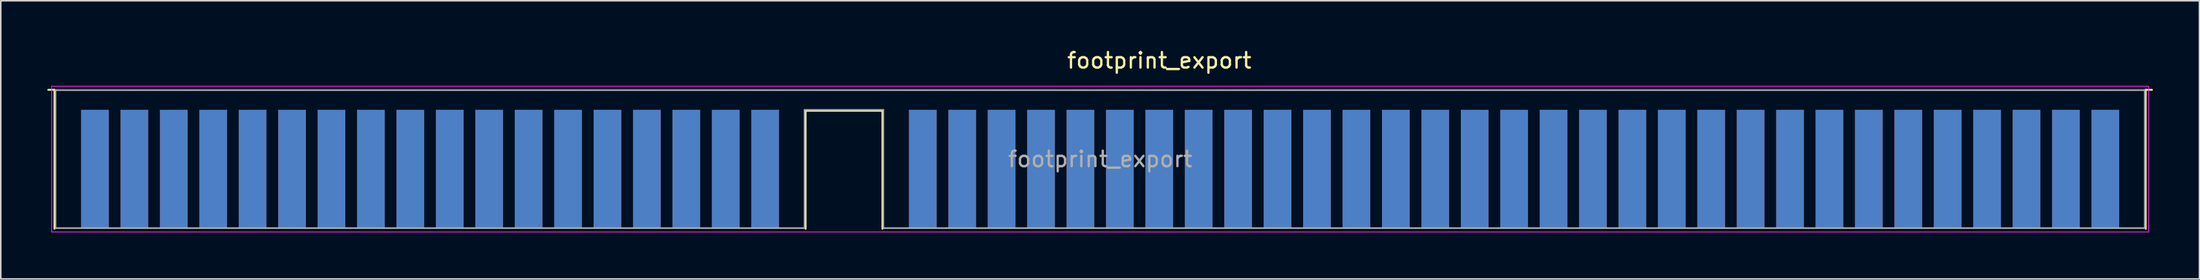
<source format=kicad_pcb>
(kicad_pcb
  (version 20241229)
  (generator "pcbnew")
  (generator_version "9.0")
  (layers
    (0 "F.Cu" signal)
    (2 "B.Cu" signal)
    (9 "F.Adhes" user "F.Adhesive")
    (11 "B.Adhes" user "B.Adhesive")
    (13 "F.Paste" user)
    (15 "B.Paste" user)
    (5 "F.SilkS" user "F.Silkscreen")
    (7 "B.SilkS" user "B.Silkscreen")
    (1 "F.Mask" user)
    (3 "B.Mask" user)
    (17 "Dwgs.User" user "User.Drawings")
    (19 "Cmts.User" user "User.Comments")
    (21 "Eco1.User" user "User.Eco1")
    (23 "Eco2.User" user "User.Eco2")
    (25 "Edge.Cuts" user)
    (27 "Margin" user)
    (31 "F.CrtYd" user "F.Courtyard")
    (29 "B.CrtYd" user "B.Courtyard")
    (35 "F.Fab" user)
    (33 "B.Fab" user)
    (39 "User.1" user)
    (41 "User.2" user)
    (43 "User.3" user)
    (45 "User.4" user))
  (footprint "footprint_export"
    (layer "F.Cu")
    (at 132.61 7.838)
    (property "Reference" "footprint_export" (at -60.96 -6.99 0) (layer "F.SilkS") (effects (font (size 1 1) (thickness 0.15))))
    (attr exclude_from_pos_files exclude_from_bom)
    (fp_line (start -132.15 -5.1) (end -132.55 -5.1) (stroke (width 0.12) (type solid)) (layer "F.SilkS"))
    (fp_line (start -132.15 3.85) (end -132.15 -5.1) (stroke (width 0.12) (type solid)) (layer "F.SilkS"))
    (fp_line (start -83.75 -3.75) (end -78.8 -3.75) (stroke (width 0.12) (type solid)) (layer "F.SilkS"))
    (fp_line (start -83.75 3.85) (end -83.75 -3.75) (stroke (width 0.12) (type solid)) (layer "F.SilkS"))
    (fp_line (start -78.8 -3.75) (end -78.8 3.85) (stroke (width 0.12) (type solid)) (layer "F.SilkS"))
    (fp_line (start 2.6 -5.1) (end 3 -5.1) (stroke (width 0.12) (type solid)) (layer "F.SilkS"))
    (fp_line (start 2.6 3.85) (end 2.6 -5.1) (stroke (width 0.12) (type solid)) (layer "F.SilkS"))
    (fp_line (start -132.33 -5.33) (end -132.33 4.06) (stroke (width 0.05) (type solid)) (layer "F.CrtYd"))
    (fp_line (start -132.33 -5.33) (end 2.79 -5.33) (stroke (width 0.05) (type solid)) (layer "F.CrtYd"))
    (fp_line (start 2.79 4.06) (end -132.33 4.06) (stroke (width 0.05) (type solid)) (layer "F.CrtYd"))
    (fp_line (start 2.79 4.06) (end 2.79 -5.33) (stroke (width 0.05) (type solid)) (layer "F.CrtYd"))
    (fp_line (start -132.08 -5.08) (end 2.54 -5.08) (stroke (width 0.1) (type solid)) (layer "F.Fab"))
    (fp_line (start -132.08 3.81) (end -132.08 -5.08) (stroke (width 0.1) (type solid)) (layer "F.Fab"))
    (fp_line (start -83.82 -3.81) (end -83.82 3.81) (stroke (width 0.1) (type solid)) (layer "F.Fab"))
    (fp_line (start -83.82 3.81) (end -132.08 3.81) (stroke (width 0.1) (type solid)) (layer "F.Fab"))
    (fp_line (start -78.74 -3.81) (end -83.82 -3.81) (stroke (width 0.1) (type solid)) (layer "F.Fab"))
    (fp_line (start -78.74 3.81) (end -78.74 -3.81) (stroke (width 0.1) (type solid)) (layer "F.Fab"))
    (fp_line (start 2.54 -5.08) (end 2.54 3.81) (stroke (width 0.1) (type solid)) (layer "F.Fab"))
    (fp_line (start 2.54 3.81) (end -78.74 3.81) (stroke (width 0.1) (type solid)) (layer "F.Fab"))
    (fp_text user "${REFERENCE}" (at -64.77 -0.635 0) (layer "F.Fab") (effects (font (size 1 1) (thickness 0.15))))
    (pad "1" connect rect (at 0 0) (size 1.78 7.62) (layers "B.Cu" "B.Mask"))
    (pad "2" connect rect (at -2.54 0) (size 1.78 7.62) (layers "B.Cu" "B.Mask"))
    (pad "3" connect rect (at -5.08 0) (size 1.78 7.62) (layers "B.Cu" "B.Mask"))
    (pad "4" connect rect (at -7.62 0) (size 1.78 7.62) (layers "B.Cu" "B.Mask"))
    (pad "5" connect rect (at -10.16 0) (size 1.78 7.62) (layers "B.Cu" "B.Mask"))
    (pad "6" connect rect (at -12.7 0) (size 1.78 7.62) (layers "B.Cu" "B.Mask"))
    (pad "7" connect rect (at -15.24 0) (size 1.78 7.62) (layers "B.Cu" "B.Mask"))
    (pad "8" connect rect (at -17.78 0) (size 1.78 7.62) (layers "B.Cu" "B.Mask"))
    (pad "9" connect rect (at -20.32 0) (size 1.78 7.62) (layers "B.Cu" "B.Mask"))
    (pad "10" connect rect (at -22.86 0) (size 1.78 7.62) (layers "B.Cu" "B.Mask"))
    (pad "11" connect rect (at -25.4 0) (size 1.78 7.62) (layers "B.Cu" "B.Mask"))
    (pad "12" connect rect (at -27.94 0) (size 1.78 7.62) (layers "B.Cu" "B.Mask"))
    (pad "13" connect rect (at -30.48 0) (size 1.78 7.62) (layers "B.Cu" "B.Mask"))
    (pad "14" connect rect (at -33.02 0) (size 1.78 7.62) (layers "B.Cu" "B.Mask"))
    (pad "15" connect rect (at -35.56 0) (size 1.78 7.62) (layers "B.Cu" "B.Mask"))
    (pad "16" connect rect (at -38.1 0) (size 1.78 7.62) (layers "B.Cu" "B.Mask"))
    (pad "17" connect rect (at -40.64 0) (size 1.78 7.62) (layers "B.Cu" "B.Mask"))
    (pad "18" connect rect (at -43.18 0) (size 1.78 7.62) (layers "B.Cu" "B.Mask"))
    (pad "19" connect rect (at -45.72 0) (size 1.78 7.62) (layers "B.Cu" "B.Mask"))
    (pad "20" connect rect (at -48.26 0) (size 1.78 7.62) (layers "B.Cu" "B.Mask"))
    (pad "21" connect rect (at -50.8 0) (size 1.78 7.62) (layers "B.Cu" "B.Mask"))
    (pad "22" connect rect (at -53.34 0) (size 1.78 7.62) (layers "B.Cu" "B.Mask"))
    (pad "23" connect rect (at -55.88 0) (size 1.78 7.62) (layers "B.Cu" "B.Mask"))
    (pad "24" connect rect (at -58.42 0) (size 1.78 7.62) (layers "B.Cu" "B.Mask"))
    (pad "25" connect rect (at -60.96 0) (size 1.78 7.62) (layers "B.Cu" "B.Mask"))
    (pad "26" connect rect (at -63.5 0) (size 1.78 7.62) (layers "B.Cu" "B.Mask"))
    (pad "27" connect rect (at -66.04 0) (size 1.78 7.62) (layers "B.Cu" "B.Mask"))
    (pad "28" connect rect (at -68.58 0) (size 1.78 7.62) (layers "B.Cu" "B.Mask"))
    (pad "29" connect rect (at -71.12 0) (size 1.78 7.62) (layers "B.Cu" "B.Mask"))
    (pad "30" connect rect (at -73.66 0) (size 1.78 7.62) (layers "B.Cu" "B.Mask"))
    (pad "31" connect rect (at -76.2 0) (size 1.78 7.62) (layers "B.Cu" "B.Mask"))
    (pad "32" connect rect (at 0 0) (size 1.78 7.62) (layers "F.Cu" "F.Mask"))
    (pad "33" connect rect (at -2.54 0) (size 1.78 7.62) (layers "F.Cu" "F.Mask"))
    (pad "34" connect rect (at -5.08 0) (size 1.78 7.62) (layers "F.Cu" "F.Mask"))
    (pad "35" connect rect (at -7.62 0) (size 1.78 7.62) (layers "F.Cu" "F.Mask"))
    (pad "36" connect rect (at -10.16 0) (size 1.78 7.62) (layers "F.Cu" "F.Mask"))
    (pad "37" connect rect (at -12.7 0) (size 1.78 7.62) (layers "F.Cu" "F.Mask"))
    (pad "38" connect rect (at -15.24 0) (size 1.78 7.62) (layers "F.Cu" "F.Mask"))
    (pad "39" connect rect (at -17.78 0) (size 1.78 7.62) (layers "F.Cu" "F.Mask"))
    (pad "40" connect rect (at -20.32 0) (size 1.78 7.62) (layers "F.Cu" "F.Mask"))
    (pad "41" connect rect (at -22.86 0) (size 1.78 7.62) (layers "F.Cu" "F.Mask"))
    (pad "42" connect rect (at -25.4 0) (size 1.78 7.62) (layers "F.Cu" "F.Mask"))
    (pad "43" connect rect (at -27.94 0) (size 1.78 7.62) (layers "F.Cu" "F.Mask"))
    (pad "44" connect rect (at -30.48 0) (size 1.78 7.62) (layers "F.Cu" "F.Mask"))
    (pad "45" connect rect (at -33.02 0) (size 1.78 7.62) (layers "F.Cu" "F.Mask"))
    (pad "46" connect rect (at -35.56 0) (size 1.78 7.62) (layers "F.Cu" "F.Mask"))
    (pad "47" connect rect (at -38.1 0) (size 1.78 7.62) (layers "F.Cu" "F.Mask"))
    (pad "48" connect rect (at -40.64 0) (size 1.78 7.62) (layers "F.Cu" "F.Mask"))
    (pad "49" connect rect (at -43.18 0) (size 1.78 7.62) (layers "F.Cu" "F.Mask"))
    (pad "50" connect rect (at -45.72 0) (size 1.78 7.62) (layers "F.Cu" "F.Mask"))
    (pad "51" connect rect (at -48.26 0) (size 1.78 7.62) (layers "F.Cu" "F.Mask"))
    (pad "52" connect rect (at -50.8 0) (size 1.78 7.62) (layers "F.Cu" "F.Mask"))
    (pad "53" connect rect (at -53.34 0) (size 1.78 7.62) (layers "F.Cu" "F.Mask"))
    (pad "54" connect rect (at -55.88 0) (size 1.78 7.62) (layers "F.Cu" "F.Mask"))
    (pad "55" connect rect (at -58.42 0) (size 1.78 7.62) (layers "F.Cu" "F.Mask"))
    (pad "56" connect rect (at -60.96 0) (size 1.78 7.62) (layers "F.Cu" "F.Mask"))
    (pad "57" connect rect (at -63.5 0) (size 1.78 7.62) (layers "F.Cu" "F.Mask"))
    (pad "58" connect rect (at -66.04 0) (size 1.78 7.62) (layers "F.Cu" "F.Mask"))
    (pad "59" connect rect (at -68.58 0) (size 1.78 7.62) (layers "F.Cu" "F.Mask"))
    (pad "60" connect rect (at -71.12 0) (size 1.78 7.62) (layers "F.Cu" "F.Mask"))
    (pad "61" connect rect (at -73.66 0) (size 1.78 7.62) (layers "F.Cu" "F.Mask"))
    (pad "62" connect rect (at -76.2 0) (size 1.78 7.62) (layers "F.Cu" "F.Mask"))
    (pad "63" connect rect (at -86.36 0) (size 1.78 7.62) (layers "B.Cu" "B.Mask"))
    (pad "64" connect rect (at -88.9 0) (size 1.78 7.62) (layers "B.Cu" "B.Mask"))
    (pad "65" connect rect (at -91.44 0) (size 1.78 7.62) (layers "B.Cu" "B.Mask"))
    (pad "66" connect rect (at -93.98 0) (size 1.78 7.62) (layers "B.Cu" "B.Mask"))
    (pad "67" connect rect (at -96.52 0) (size 1.78 7.62) (layers "B.Cu" "B.Mask"))
    (pad "68" connect rect (at -99.06 0) (size 1.78 7.62) (layers "B.Cu" "B.Mask"))
    (pad "69" connect rect (at -101.6 0) (size 1.78 7.62) (layers "B.Cu" "B.Mask"))
    (pad "70" connect rect (at -104.14 0) (size 1.78 7.62) (layers "B.Cu" "B.Mask"))
    (pad "71" connect rect (at -106.68 0) (size 1.78 7.62) (layers "B.Cu" "B.Mask"))
    (pad "72" connect rect (at -109.22 0) (size 1.78 7.62) (layers "B.Cu" "B.Mask"))
    (pad "73" connect rect (at -111.76 0) (size 1.78 7.62) (layers "B.Cu" "B.Mask"))
    (pad "74" connect rect (at -114.3 0) (size 1.78 7.62) (layers "B.Cu" "B.Mask"))
    (pad "75" connect rect (at -116.84 0) (size 1.78 7.62) (layers "B.Cu" "B.Mask"))
    (pad "76" connect rect (at -119.38 0) (size 1.78 7.62) (layers "B.Cu" "B.Mask"))
    (pad "77" connect rect (at -121.92 0) (size 1.78 7.62) (layers "B.Cu" "B.Mask"))
    (pad "78" connect rect (at -124.46 0) (size 1.78 7.62) (layers "B.Cu" "B.Mask"))
    (pad "79" connect rect (at -127 0) (size 1.78 7.62) (layers "B.Cu" "B.Mask"))
    (pad "80" connect rect (at -129.54 0) (size 1.78 7.62) (layers "B.Cu" "B.Mask"))
    (pad "81" connect rect (at -86.36 0) (size 1.78 7.62) (layers "F.Cu" "F.Mask"))
    (pad "82" connect rect (at -88.9 0) (size 1.78 7.62) (layers "F.Cu" "F.Mask"))
    (pad "83" connect rect (at -91.44 0) (size 1.78 7.62) (layers "F.Cu" "F.Mask"))
    (pad "84" connect rect (at -93.98 0) (size 1.78 7.62) (layers "F.Cu" "F.Mask"))
    (pad "85" connect rect (at -96.52 0) (size 1.78 7.62) (layers "F.Cu" "F.Mask"))
    (pad "86" connect rect (at -99.06 0) (size 1.78 7.62) (layers "F.Cu" "F.Mask"))
    (pad "87" connect rect (at -101.6 0) (size 1.78 7.62) (layers "F.Cu" "F.Mask"))
    (pad "88" connect rect (at -104.14 0) (size 1.78 7.62) (layers "F.Cu" "F.Mask"))
    (pad "89" connect rect (at -106.68 0) (size 1.78 7.62) (layers "F.Cu" "F.Mask"))
    (pad "90" connect rect (at -109.22 0) (size 1.78 7.62) (layers "F.Cu" "F.Mask"))
    (pad "91" connect rect (at -111.76 0) (size 1.78 7.62) (layers "F.Cu" "F.Mask"))
    (pad "92" connect rect (at -114.3 0) (size 1.78 7.62) (layers "F.Cu" "F.Mask"))
    (pad "93" connect rect (at -116.84 0) (size 1.78 7.62) (layers "F.Cu" "F.Mask"))
    (pad "94" connect rect (at -119.38 0) (size 1.78 7.62) (layers "F.Cu" "F.Mask"))
    (pad "95" connect rect (at -121.92 0) (size 1.78 7.62) (layers "F.Cu" "F.Mask"))
    (pad "96" connect rect (at -124.46 0) (size 1.78 7.62) (layers "F.Cu" "F.Mask"))
    (pad "97" connect rect (at -127 0) (size 1.78 7.62) (layers "F.Cu" "F.Mask"))
    (pad "98" connect rect (at -129.54 0) (size 1.78 7.62) (layers "F.Cu" "F.Mask")))
  (gr_rect
    (start -3 -3)
    (end 138.67 14.923)
    (stroke (width 0.1) (type default))
    (fill no)
    (layer "Edge.Cuts")))
</source>
